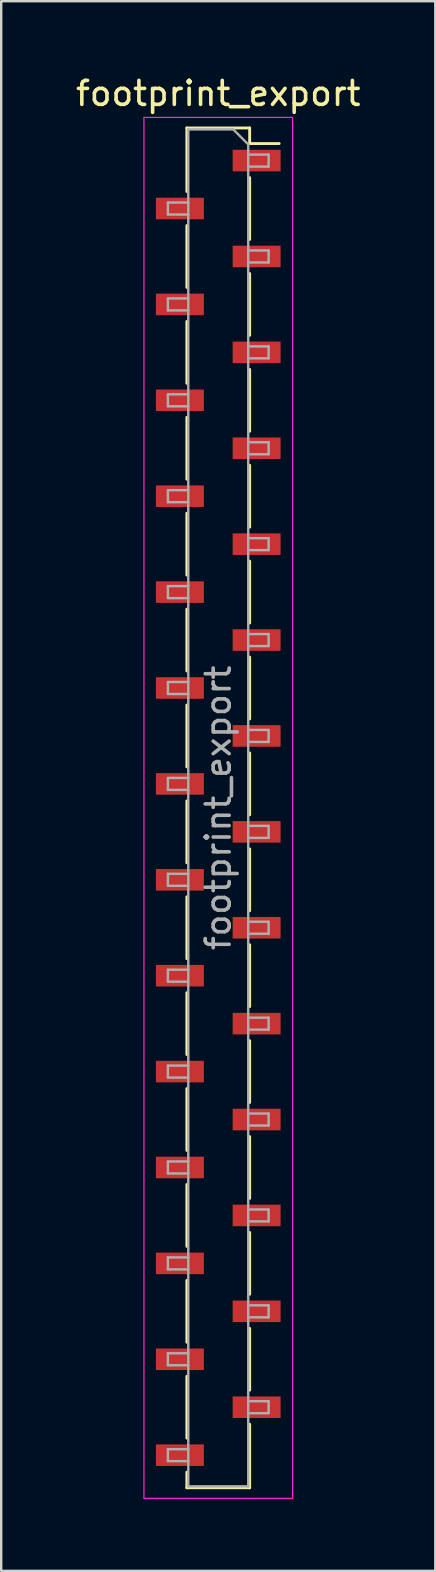
<source format=kicad_pcb>
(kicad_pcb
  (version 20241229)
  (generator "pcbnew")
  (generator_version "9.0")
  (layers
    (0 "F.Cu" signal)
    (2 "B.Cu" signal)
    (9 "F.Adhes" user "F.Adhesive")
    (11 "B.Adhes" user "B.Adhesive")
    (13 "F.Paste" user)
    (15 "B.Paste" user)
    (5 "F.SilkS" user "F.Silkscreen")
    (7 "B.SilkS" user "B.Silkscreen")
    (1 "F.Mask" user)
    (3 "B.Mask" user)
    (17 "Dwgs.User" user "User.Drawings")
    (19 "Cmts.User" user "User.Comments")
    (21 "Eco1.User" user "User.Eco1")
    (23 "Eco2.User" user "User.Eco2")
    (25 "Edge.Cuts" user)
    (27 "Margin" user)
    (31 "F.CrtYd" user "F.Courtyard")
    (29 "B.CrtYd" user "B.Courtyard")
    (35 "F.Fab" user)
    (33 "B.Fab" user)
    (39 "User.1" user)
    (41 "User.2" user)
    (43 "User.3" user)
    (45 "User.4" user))
  (footprint "footprint_export"
    (layer "F.Cu")
    (at 6.054 30.648)
    (property "Reference" "footprint_export" (at 0 -29.8 0) (layer "F.SilkS") (effects (font (size 1 1) (thickness 0.15))))
    (attr smd)
    (fp_line (start -1.31 -28.36) (end -1.31 -25.71) (stroke (width 0.12) (type solid)) (layer "F.SilkS"))
    (fp_line (start -1.31 -28.36) (end 1.31 -28.36) (stroke (width 0.12) (type solid)) (layer "F.SilkS"))
    (fp_line (start -1.31 -24.29) (end -1.31 -21.71) (stroke (width 0.12) (type solid)) (layer "F.SilkS"))
    (fp_line (start -1.31 -20.29) (end -1.31 -17.71) (stroke (width 0.12) (type solid)) (layer "F.SilkS"))
    (fp_line (start -1.31 -16.29) (end -1.31 -13.71) (stroke (width 0.12) (type solid)) (layer "F.SilkS"))
    (fp_line (start -1.31 -12.29) (end -1.31 -9.71) (stroke (width 0.12) (type solid)) (layer "F.SilkS"))
    (fp_line (start -1.31 -8.29) (end -1.31 -5.71) (stroke (width 0.12) (type solid)) (layer "F.SilkS"))
    (fp_line (start -1.31 -4.29) (end -1.31 -1.71) (stroke (width 0.12) (type solid)) (layer "F.SilkS"))
    (fp_line (start -1.31 -0.29) (end -1.31 2.29) (stroke (width 0.12) (type solid)) (layer "F.SilkS"))
    (fp_line (start -1.31 3.71) (end -1.31 6.29) (stroke (width 0.12) (type solid)) (layer "F.SilkS"))
    (fp_line (start -1.31 7.71) (end -1.31 10.29) (stroke (width 0.12) (type solid)) (layer "F.SilkS"))
    (fp_line (start -1.31 11.71) (end -1.31 14.29) (stroke (width 0.12) (type solid)) (layer "F.SilkS"))
    (fp_line (start -1.31 15.71) (end -1.31 18.29) (stroke (width 0.12) (type solid)) (layer "F.SilkS"))
    (fp_line (start -1.31 19.71) (end -1.31 22.29) (stroke (width 0.12) (type solid)) (layer "F.SilkS"))
    (fp_line (start -1.31 23.71) (end -1.31 26.29) (stroke (width 0.12) (type solid)) (layer "F.SilkS"))
    (fp_line (start -1.31 27.71) (end -1.31 28.36) (stroke (width 0.12) (type solid)) (layer "F.SilkS"))
    (fp_line (start -1.31 28.36) (end 1.31 28.36) (stroke (width 0.12) (type solid)) (layer "F.SilkS"))
    (fp_line (start 1.31 -28.36) (end 1.31 -27.71) (stroke (width 0.12) (type solid)) (layer "F.SilkS"))
    (fp_line (start 1.31 -27.71) (end 2.54 -27.71) (stroke (width 0.12) (type solid)) (layer "F.SilkS"))
    (fp_line (start 1.31 -26.29) (end 1.31 -23.71) (stroke (width 0.12) (type solid)) (layer "F.SilkS"))
    (fp_line (start 1.31 -22.29) (end 1.31 -19.71) (stroke (width 0.12) (type solid)) (layer "F.SilkS"))
    (fp_line (start 1.31 -18.29) (end 1.31 -15.71) (stroke (width 0.12) (type solid)) (layer "F.SilkS"))
    (fp_line (start 1.31 -14.29) (end 1.31 -11.71) (stroke (width 0.12) (type solid)) (layer "F.SilkS"))
    (fp_line (start 1.31 -10.29) (end 1.31 -7.71) (stroke (width 0.12) (type solid)) (layer "F.SilkS"))
    (fp_line (start 1.31 -6.29) (end 1.31 -3.71) (stroke (width 0.12) (type solid)) (layer "F.SilkS"))
    (fp_line (start 1.31 -2.29) (end 1.31 0.29) (stroke (width 0.12) (type solid)) (layer "F.SilkS"))
    (fp_line (start 1.31 1.71) (end 1.31 4.29) (stroke (width 0.12) (type solid)) (layer "F.SilkS"))
    (fp_line (start 1.31 5.71) (end 1.31 8.29) (stroke (width 0.12) (type solid)) (layer "F.SilkS"))
    (fp_line (start 1.31 9.71) (end 1.31 12.29) (stroke (width 0.12) (type solid)) (layer "F.SilkS"))
    (fp_line (start 1.31 13.71) (end 1.31 16.29) (stroke (width 0.12) (type solid)) (layer "F.SilkS"))
    (fp_line (start 1.31 17.71) (end 1.31 20.29) (stroke (width 0.12) (type solid)) (layer "F.SilkS"))
    (fp_line (start 1.31 21.71) (end 1.31 24.29) (stroke (width 0.12) (type solid)) (layer "F.SilkS"))
    (fp_line (start 1.31 25.71) (end 1.31 28.36) (stroke (width 0.12) (type solid)) (layer "F.SilkS"))
    (fp_line (start -3.1 -28.8) (end 3.1 -28.8) (stroke (width 0.05) (type solid)) (layer "F.CrtYd"))
    (fp_line (start -3.1 28.8) (end -3.1 -28.8) (stroke (width 0.05) (type solid)) (layer "F.CrtYd"))
    (fp_line (start 3.1 -28.8) (end 3.1 28.8) (stroke (width 0.05) (type solid)) (layer "F.CrtYd"))
    (fp_line (start 3.1 28.8) (end -3.1 28.8) (stroke (width 0.05) (type solid)) (layer "F.CrtYd"))
    (fp_line (start -2.1 -25.25) (end -1.25 -25.25) (stroke (width 0.1) (type solid)) (layer "F.Fab"))
    (fp_line (start -2.1 -24.75) (end -2.1 -25.25) (stroke (width 0.1) (type solid)) (layer "F.Fab"))
    (fp_line (start -2.1 -21.25) (end -1.25 -21.25) (stroke (width 0.1) (type solid)) (layer "F.Fab"))
    (fp_line (start -2.1 -20.75) (end -2.1 -21.25) (stroke (width 0.1) (type solid)) (layer "F.Fab"))
    (fp_line (start -2.1 -17.25) (end -1.25 -17.25) (stroke (width 0.1) (type solid)) (layer "F.Fab"))
    (fp_line (start -2.1 -16.75) (end -2.1 -17.25) (stroke (width 0.1) (type solid)) (layer "F.Fab"))
    (fp_line (start -2.1 -13.25) (end -1.25 -13.25) (stroke (width 0.1) (type solid)) (layer "F.Fab"))
    (fp_line (start -2.1 -12.75) (end -2.1 -13.25) (stroke (width 0.1) (type solid)) (layer "F.Fab"))
    (fp_line (start -2.1 -9.25) (end -1.25 -9.25) (stroke (width 0.1) (type solid)) (layer "F.Fab"))
    (fp_line (start -2.1 -8.75) (end -2.1 -9.25) (stroke (width 0.1) (type solid)) (layer "F.Fab"))
    (fp_line (start -2.1 -5.25) (end -1.25 -5.25) (stroke (width 0.1) (type solid)) (layer "F.Fab"))
    (fp_line (start -2.1 -4.75) (end -2.1 -5.25) (stroke (width 0.1) (type solid)) (layer "F.Fab"))
    (fp_line (start -2.1 -1.25) (end -1.25 -1.25) (stroke (width 0.1) (type solid)) (layer "F.Fab"))
    (fp_line (start -2.1 -0.75) (end -2.1 -1.25) (stroke (width 0.1) (type solid)) (layer "F.Fab"))
    (fp_line (start -2.1 2.75) (end -1.25 2.75) (stroke (width 0.1) (type solid)) (layer "F.Fab"))
    (fp_line (start -2.1 3.25) (end -2.1 2.75) (stroke (width 0.1) (type solid)) (layer "F.Fab"))
    (fp_line (start -2.1 6.75) (end -1.25 6.75) (stroke (width 0.1) (type solid)) (layer "F.Fab"))
    (fp_line (start -2.1 7.25) (end -2.1 6.75) (stroke (width 0.1) (type solid)) (layer "F.Fab"))
    (fp_line (start -2.1 10.75) (end -1.25 10.75) (stroke (width 0.1) (type solid)) (layer "F.Fab"))
    (fp_line (start -2.1 11.25) (end -2.1 10.75) (stroke (width 0.1) (type solid)) (layer "F.Fab"))
    (fp_line (start -2.1 14.75) (end -1.25 14.75) (stroke (width 0.1) (type solid)) (layer "F.Fab"))
    (fp_line (start -2.1 15.25) (end -2.1 14.75) (stroke (width 0.1) (type solid)) (layer "F.Fab"))
    (fp_line (start -2.1 18.75) (end -1.25 18.75) (stroke (width 0.1) (type solid)) (layer "F.Fab"))
    (fp_line (start -2.1 19.25) (end -2.1 18.75) (stroke (width 0.1) (type solid)) (layer "F.Fab"))
    (fp_line (start -2.1 22.75) (end -1.25 22.75) (stroke (width 0.1) (type solid)) (layer "F.Fab"))
    (fp_line (start -2.1 23.25) (end -2.1 22.75) (stroke (width 0.1) (type solid)) (layer "F.Fab"))
    (fp_line (start -2.1 26.75) (end -1.25 26.75) (stroke (width 0.1) (type solid)) (layer "F.Fab"))
    (fp_line (start -2.1 27.25) (end -2.1 26.75) (stroke (width 0.1) (type solid)) (layer "F.Fab"))
    (fp_line (start -1.25 -28.3) (end 0.625 -28.3) (stroke (width 0.1) (type solid)) (layer "F.Fab"))
    (fp_line (start -1.25 -24.75) (end -2.1 -24.75) (stroke (width 0.1) (type solid)) (layer "F.Fab"))
    (fp_line (start -1.25 -20.75) (end -2.1 -20.75) (stroke (width 0.1) (type solid)) (layer "F.Fab"))
    (fp_line (start -1.25 -16.75) (end -2.1 -16.75) (stroke (width 0.1) (type solid)) (layer "F.Fab"))
    (fp_line (start -1.25 -12.75) (end -2.1 -12.75) (stroke (width 0.1) (type solid)) (layer "F.Fab"))
    (fp_line (start -1.25 -8.75) (end -2.1 -8.75) (stroke (width 0.1) (type solid)) (layer "F.Fab"))
    (fp_line (start -1.25 -4.75) (end -2.1 -4.75) (stroke (width 0.1) (type solid)) (layer "F.Fab"))
    (fp_line (start -1.25 -0.75) (end -2.1 -0.75) (stroke (width 0.1) (type solid)) (layer "F.Fab"))
    (fp_line (start -1.25 3.25) (end -2.1 3.25) (stroke (width 0.1) (type solid)) (layer "F.Fab"))
    (fp_line (start -1.25 7.25) (end -2.1 7.25) (stroke (width 0.1) (type solid)) (layer "F.Fab"))
    (fp_line (start -1.25 11.25) (end -2.1 11.25) (stroke (width 0.1) (type solid)) (layer "F.Fab"))
    (fp_line (start -1.25 15.25) (end -2.1 15.25) (stroke (width 0.1) (type solid)) (layer "F.Fab"))
    (fp_line (start -1.25 19.25) (end -2.1 19.25) (stroke (width 0.1) (type solid)) (layer "F.Fab"))
    (fp_line (start -1.25 23.25) (end -2.1 23.25) (stroke (width 0.1) (type solid)) (layer "F.Fab"))
    (fp_line (start -1.25 27.25) (end -2.1 27.25) (stroke (width 0.1) (type solid)) (layer "F.Fab"))
    (fp_line (start -1.25 28.3) (end -1.25 -28.3) (stroke (width 0.1) (type solid)) (layer "F.Fab"))
    (fp_line (start 0.625 -28.3) (end 1.25 -27.675) (stroke (width 0.1) (type solid)) (layer "F.Fab"))
    (fp_line (start 1.25 -27.675) (end 1.25 28.3) (stroke (width 0.1) (type solid)) (layer "F.Fab"))
    (fp_line (start 1.25 -27.25) (end 2.1 -27.25) (stroke (width 0.1) (type solid)) (layer "F.Fab"))
    (fp_line (start 1.25 -23.25) (end 2.1 -23.25) (stroke (width 0.1) (type solid)) (layer "F.Fab"))
    (fp_line (start 1.25 -19.25) (end 2.1 -19.25) (stroke (width 0.1) (type solid)) (layer "F.Fab"))
    (fp_line (start 1.25 -15.25) (end 2.1 -15.25) (stroke (width 0.1) (type solid)) (layer "F.Fab"))
    (fp_line (start 1.25 -11.25) (end 2.1 -11.25) (stroke (width 0.1) (type solid)) (layer "F.Fab"))
    (fp_line (start 1.25 -7.25) (end 2.1 -7.25) (stroke (width 0.1) (type solid)) (layer "F.Fab"))
    (fp_line (start 1.25 -3.25) (end 2.1 -3.25) (stroke (width 0.1) (type solid)) (layer "F.Fab"))
    (fp_line (start 1.25 0.75) (end 2.1 0.75) (stroke (width 0.1) (type solid)) (layer "F.Fab"))
    (fp_line (start 1.25 4.75) (end 2.1 4.75) (stroke (width 0.1) (type solid)) (layer "F.Fab"))
    (fp_line (start 1.25 8.75) (end 2.1 8.75) (stroke (width 0.1) (type solid)) (layer "F.Fab"))
    (fp_line (start 1.25 12.75) (end 2.1 12.75) (stroke (width 0.1) (type solid)) (layer "F.Fab"))
    (fp_line (start 1.25 16.75) (end 2.1 16.75) (stroke (width 0.1) (type solid)) (layer "F.Fab"))
    (fp_line (start 1.25 20.75) (end 2.1 20.75) (stroke (width 0.1) (type solid)) (layer "F.Fab"))
    (fp_line (start 1.25 24.75) (end 2.1 24.75) (stroke (width 0.1) (type solid)) (layer "F.Fab"))
    (fp_line (start 1.25 28.3) (end -1.25 28.3) (stroke (width 0.1) (type solid)) (layer "F.Fab"))
    (fp_line (start 2.1 -27.25) (end 2.1 -26.75) (stroke (width 0.1) (type solid)) (layer "F.Fab"))
    (fp_line (start 2.1 -26.75) (end 1.25 -26.75) (stroke (width 0.1) (type solid)) (layer "F.Fab"))
    (fp_line (start 2.1 -23.25) (end 2.1 -22.75) (stroke (width 0.1) (type solid)) (layer "F.Fab"))
    (fp_line (start 2.1 -22.75) (end 1.25 -22.75) (stroke (width 0.1) (type solid)) (layer "F.Fab"))
    (fp_line (start 2.1 -19.25) (end 2.1 -18.75) (stroke (width 0.1) (type solid)) (layer "F.Fab"))
    (fp_line (start 2.1 -18.75) (end 1.25 -18.75) (stroke (width 0.1) (type solid)) (layer "F.Fab"))
    (fp_line (start 2.1 -15.25) (end 2.1 -14.75) (stroke (width 0.1) (type solid)) (layer "F.Fab"))
    (fp_line (start 2.1 -14.75) (end 1.25 -14.75) (stroke (width 0.1) (type solid)) (layer "F.Fab"))
    (fp_line (start 2.1 -11.25) (end 2.1 -10.75) (stroke (width 0.1) (type solid)) (layer "F.Fab"))
    (fp_line (start 2.1 -10.75) (end 1.25 -10.75) (stroke (width 0.1) (type solid)) (layer "F.Fab"))
    (fp_line (start 2.1 -7.25) (end 2.1 -6.75) (stroke (width 0.1) (type solid)) (layer "F.Fab"))
    (fp_line (start 2.1 -6.75) (end 1.25 -6.75) (stroke (width 0.1) (type solid)) (layer "F.Fab"))
    (fp_line (start 2.1 -3.25) (end 2.1 -2.75) (stroke (width 0.1) (type solid)) (layer "F.Fab"))
    (fp_line (start 2.1 -2.75) (end 1.25 -2.75) (stroke (width 0.1) (type solid)) (layer "F.Fab"))
    (fp_line (start 2.1 0.75) (end 2.1 1.25) (stroke (width 0.1) (type solid)) (layer "F.Fab"))
    (fp_line (start 2.1 1.25) (end 1.25 1.25) (stroke (width 0.1) (type solid)) (layer "F.Fab"))
    (fp_line (start 2.1 4.75) (end 2.1 5.25) (stroke (width 0.1) (type solid)) (layer "F.Fab"))
    (fp_line (start 2.1 5.25) (end 1.25 5.25) (stroke (width 0.1) (type solid)) (layer "F.Fab"))
    (fp_line (start 2.1 8.75) (end 2.1 9.25) (stroke (width 0.1) (type solid)) (layer "F.Fab"))
    (fp_line (start 2.1 9.25) (end 1.25 9.25) (stroke (width 0.1) (type solid)) (layer "F.Fab"))
    (fp_line (start 2.1 12.75) (end 2.1 13.25) (stroke (width 0.1) (type solid)) (layer "F.Fab"))
    (fp_line (start 2.1 13.25) (end 1.25 13.25) (stroke (width 0.1) (type solid)) (layer "F.Fab"))
    (fp_line (start 2.1 16.75) (end 2.1 17.25) (stroke (width 0.1) (type solid)) (layer "F.Fab"))
    (fp_line (start 2.1 17.25) (end 1.25 17.25) (stroke (width 0.1) (type solid)) (layer "F.Fab"))
    (fp_line (start 2.1 20.75) (end 2.1 21.25) (stroke (width 0.1) (type solid)) (layer "F.Fab"))
    (fp_line (start 2.1 21.25) (end 1.25 21.25) (stroke (width 0.1) (type solid)) (layer "F.Fab"))
    (fp_line (start 2.1 24.75) (end 2.1 25.25) (stroke (width 0.1) (type solid)) (layer "F.Fab"))
    (fp_line (start 2.1 25.25) (end 1.25 25.25) (stroke (width 0.1) (type solid)) (layer "F.Fab"))
    (fp_text user "${REFERENCE}" (at 0 0 90) (layer "F.Fab") (effects (font (size 1 1) (thickness 0.15))))
    (pad "1" smd rect (at 1.6 -27) (size 2 0.9) (layers "F.Cu" "F.Mask" "F.Paste"))
    (pad "2" smd rect (at -1.6 -25) (size 2 0.9) (layers "F.Cu" "F.Mask" "F.Paste"))
    (pad "3" smd rect (at 1.6 -23) (size 2 0.9) (layers "F.Cu" "F.Mask" "F.Paste"))
    (pad "4" smd rect (at -1.6 -21) (size 2 0.9) (layers "F.Cu" "F.Mask" "F.Paste"))
    (pad "5" smd rect (at 1.6 -19) (size 2 0.9) (layers "F.Cu" "F.Mask" "F.Paste"))
    (pad "6" smd rect (at -1.6 -17) (size 2 0.9) (layers "F.Cu" "F.Mask" "F.Paste"))
    (pad "7" smd rect (at 1.6 -15) (size 2 0.9) (layers "F.Cu" "F.Mask" "F.Paste"))
    (pad "8" smd rect (at -1.6 -13) (size 2 0.9) (layers "F.Cu" "F.Mask" "F.Paste"))
    (pad "9" smd rect (at 1.6 -11) (size 2 0.9) (layers "F.Cu" "F.Mask" "F.Paste"))
    (pad "10" smd rect (at -1.6 -9) (size 2 0.9) (layers "F.Cu" "F.Mask" "F.Paste"))
    (pad "11" smd rect (at 1.6 -7) (size 2 0.9) (layers "F.Cu" "F.Mask" "F.Paste"))
    (pad "12" smd rect (at -1.6 -5) (size 2 0.9) (layers "F.Cu" "F.Mask" "F.Paste"))
    (pad "13" smd rect (at 1.6 -3) (size 2 0.9) (layers "F.Cu" "F.Mask" "F.Paste"))
    (pad "14" smd rect (at -1.6 -1) (size 2 0.9) (layers "F.Cu" "F.Mask" "F.Paste"))
    (pad "15" smd rect (at 1.6 1) (size 2 0.9) (layers "F.Cu" "F.Mask" "F.Paste"))
    (pad "16" smd rect (at -1.6 3) (size 2 0.9) (layers "F.Cu" "F.Mask" "F.Paste"))
    (pad "17" smd rect (at 1.6 5) (size 2 0.9) (layers "F.Cu" "F.Mask" "F.Paste"))
    (pad "18" smd rect (at -1.6 7) (size 2 0.9) (layers "F.Cu" "F.Mask" "F.Paste"))
    (pad "19" smd rect (at 1.6 9) (size 2 0.9) (layers "F.Cu" "F.Mask" "F.Paste"))
    (pad "20" smd rect (at -1.6 11) (size 2 0.9) (layers "F.Cu" "F.Mask" "F.Paste"))
    (pad "21" smd rect (at 1.6 13) (size 2 0.9) (layers "F.Cu" "F.Mask" "F.Paste"))
    (pad "22" smd rect (at -1.6 15) (size 2 0.9) (layers "F.Cu" "F.Mask" "F.Paste"))
    (pad "23" smd rect (at 1.6 17) (size 2 0.9) (layers "F.Cu" "F.Mask" "F.Paste"))
    (pad "24" smd rect (at -1.6 19) (size 2 0.9) (layers "F.Cu" "F.Mask" "F.Paste"))
    (pad "25" smd rect (at 1.6 21) (size 2 0.9) (layers "F.Cu" "F.Mask" "F.Paste"))
    (pad "26" smd rect (at -1.6 23) (size 2 0.9) (layers "F.Cu" "F.Mask" "F.Paste"))
    (pad "27" smd rect (at 1.6 25) (size 2 0.9) (layers "F.Cu" "F.Mask" "F.Paste"))
    (pad "28" smd rect (at -1.6 27) (size 2 0.9) (layers "F.Cu" "F.Mask" "F.Paste")))
  (gr_rect
    (start -3 -3)
    (end 15.107 62.473)
    (stroke (width 0.1) (type default))
    (fill no)
    (layer "Edge.Cuts")))
</source>
